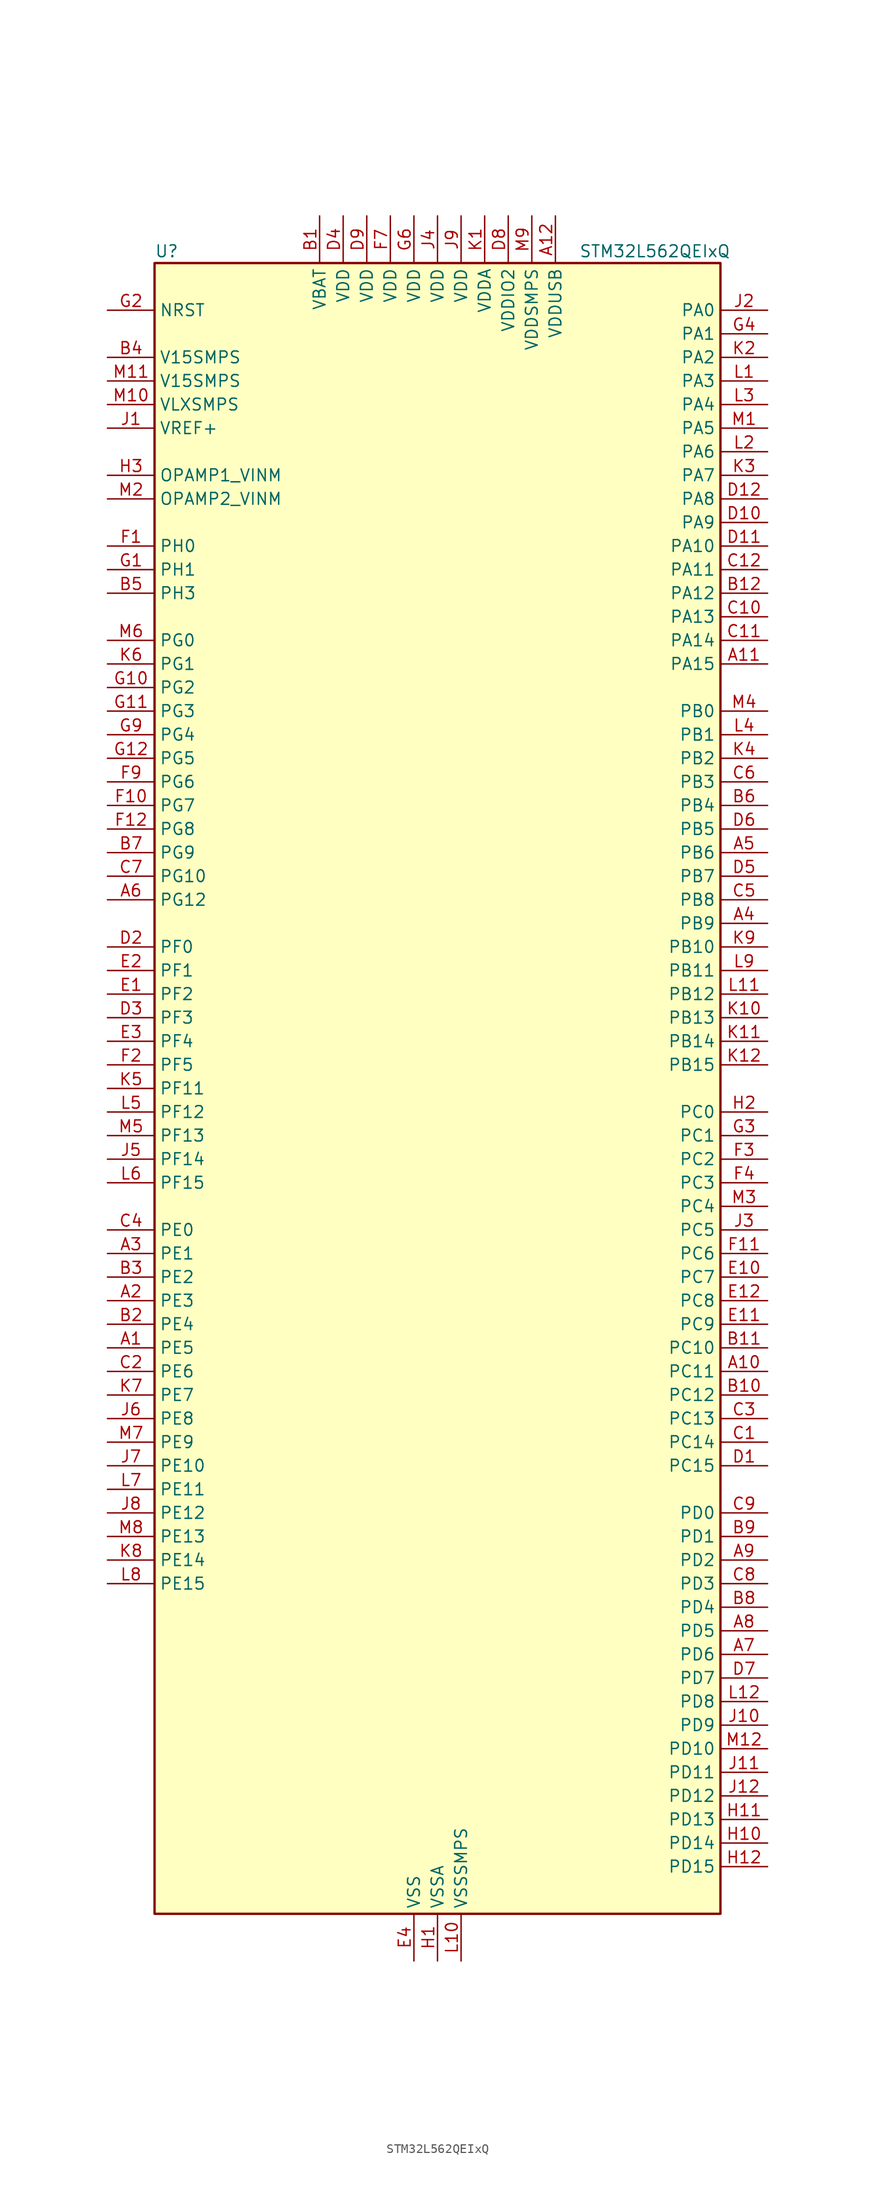
<source format=kicad_sym>
(kicad_symbol_lib
  (version 20241209)
  (generator "kicad_symbol_editor")
  (generator_version "9.0")
  (symbol "STM32L562QEIxQ"
    (property "Reference" "U"
      (at -30.48 90.17 0)
      (effects (font (size 1.27 1.27)) (justify left)))
    (property "Value" "STM32L562QEIxQ"
      (at 15.24 90.17 0)
      (effects (font (size 1.27 1.27)) (justify left)))
    (symbol "STM32L562QEIxQ_0_1"
      (rectangle (start -30.48 -88.9) (end 30.48 88.9) (stroke (width 0.254) (type default)) (fill (type background))))
    (symbol "STM32L562QEIxQ_1_1"
      (pin input line (at -35.56 83.82 0) (length 5.08) (name "NRST" (effects (font (size 1.27 1.27)))) (number "G2" (effects (font (size 1.27 1.27)))))
      (pin power_in line (at -35.56 78.74 0) (length 5.08) (name "V15SMPS" (effects (font (size 1.27 1.27)))) (number "B4" (effects (font (size 1.27 1.27)))))
      (pin power_in line (at -35.56 76.2 0) (length 5.08) (name "V15SMPS" (effects (font (size 1.27 1.27)))) (number "M11" (effects (font (size 1.27 1.27)))))
      (pin power_in line (at -35.56 73.66 0) (length 5.08) (name "VLXSMPS" (effects (font (size 1.27 1.27)))) (number "M10" (effects (font (size 1.27 1.27)))))
      (pin input line (at -35.56 71.12 0) (length 5.08) (name "VREF+" (effects (font (size 1.27 1.27)))) (number "J1" (effects (font (size 1.27 1.27)))) (alternate "VREFBUF_OUT" bidirectional line))
      (pin bidirectional line (at -35.56 66.04 0) (length 5.08) (name "OPAMP1_VINM" (effects (font (size 1.27 1.27)))) (number "H3" (effects (font (size 1.27 1.27)))) (alternate "OPAMP1_VINM" bidirectional line))
      (pin bidirectional line (at -35.56 63.5 0) (length 5.08) (name "OPAMP2_VINM" (effects (font (size 1.27 1.27)))) (number "M2" (effects (font (size 1.27 1.27)))) (alternate "OPAMP2_VINM" bidirectional line))
      (pin bidirectional line (at -35.56 58.42 0) (length 5.08) (name "PH0" (effects (font (size 1.27 1.27)))) (number "F1" (effects (font (size 1.27 1.27)))) (alternate "RCC_OSC_IN" bidirectional line))
      (pin bidirectional line (at -35.56 55.88 0) (length 5.08) (name "PH1" (effects (font (size 1.27 1.27)))) (number "G1" (effects (font (size 1.27 1.27)))) (alternate "RCC_OSC_OUT" bidirectional line))
      (pin bidirectional line (at -35.56 53.34 0) (length 5.08) (name "PH3" (effects (font (size 1.27 1.27)))) (number "B5" (effects (font (size 1.27 1.27)))))
      (pin bidirectional line (at -35.56 48.26 0) (length 5.08) (name "PG0" (effects (font (size 1.27 1.27)))) (number "M6" (effects (font (size 1.27 1.27)))) (alternate "FMC_A10" bidirectional line) (alternate "TSC_G8_IO3" bidirectional line))
      (pin bidirectional line (at -35.56 45.72 0) (length 5.08) (name "PG1" (effects (font (size 1.27 1.27)))) (number "K6" (effects (font (size 1.27 1.27)))) (alternate "FMC_A11" bidirectional line) (alternate "TSC_G8_IO4" bidirectional line))
      (pin bidirectional line (at -35.56 43.18 0) (length 5.08) (name "PG2" (effects (font (size 1.27 1.27)))) (number "G10" (effects (font (size 1.27 1.27)))) (alternate "FMC_A12" bidirectional line) (alternate "SAI2_SCK_B" bidirectional line) (alternate "SPI1_SCK" bidirectional line))
      (pin bidirectional line (at -35.56 40.64 0) (length 5.08) (name "PG3" (effects (font (size 1.27 1.27)))) (number "G11" (effects (font (size 1.27 1.27)))) (alternate "FMC_A13" bidirectional line) (alternate "SAI2_FS_B" bidirectional line) (alternate "SPI1_MISO" bidirectional line))
      (pin bidirectional line (at -35.56 38.1 0) (length 5.08) (name "PG4" (effects (font (size 1.27 1.27)))) (number "G9" (effects (font (size 1.27 1.27)))) (alternate "FMC_A14" bidirectional line) (alternate "SAI2_MCLK_B" bidirectional line) (alternate "SPI1_MOSI" bidirectional line))
      (pin bidirectional line (at -35.56 35.56 0) (length 5.08) (name "PG5" (effects (font (size 1.27 1.27)))) (number "G12" (effects (font (size 1.27 1.27)))) (alternate "FMC_A15" bidirectional line) (alternate "LPUART1_CTS" bidirectional line) (alternate "SAI2_SD_B" bidirectional line) (alternate "SPI1_NSS" bidirectional line))
      (pin bidirectional line (at -35.56 33.02 0) (length 5.08) (name "PG6" (effects (font (size 1.27 1.27)))) (number "F9" (effects (font (size 1.27 1.27)))) (alternate "I2C3_SMBA" bidirectional line) (alternate "LPUART1_DE" bidirectional line) (alternate "LPUART1_RTS" bidirectional line) (alternate "OCTOSPI1_DQS" bidirectional line) (alternate "UCPD1_FRSTX1" bidirectional line))
      (pin bidirectional line (at -35.56 30.48 0) (length 5.08) (name "PG7" (effects (font (size 1.27 1.27)))) (number "F10" (effects (font (size 1.27 1.27)))) (alternate "DFSDM1_CKOUT" bidirectional line) (alternate "FMC_INT" bidirectional line) (alternate "I2C3_SCL" bidirectional line) (alternate "LPUART1_TX" bidirectional line) (alternate "SAI1_CK1" bidirectional line) (alternate "SAI1_MCLK_A" bidirectional line) (alternate "UCPD1_FRSTX2" bidirectional line))
      (pin bidirectional line (at -35.56 27.94 0) (length 5.08) (name "PG8" (effects (font (size 1.27 1.27)))) (number "F12" (effects (font (size 1.27 1.27)))) (alternate "I2C3_SDA" bidirectional line) (alternate "LPUART1_RX" bidirectional line))
      (pin bidirectional line (at -35.56 25.4 0) (length 5.08) (name "PG9" (effects (font (size 1.27 1.27)))) (number "B7" (effects (font (size 1.27 1.27)))) (alternate "DAC1_EXTI9" bidirectional line) (alternate "FMC_NCE" bidirectional line) (alternate "FMC_NE2" bidirectional line) (alternate "SAI2_SCK_A" bidirectional line) (alternate "SPI3_SCK" bidirectional line) (alternate "TIM15_CH1N" bidirectional line) (alternate "USART1_TX" bidirectional line))
      (pin bidirectional line (at -35.56 22.86 0) (length 5.08) (name "PG10" (effects (font (size 1.27 1.27)))) (number "C7" (effects (font (size 1.27 1.27)))) (alternate "FMC_NE3" bidirectional line) (alternate "LPTIM1_IN1" bidirectional line) (alternate "SAI2_FS_A" bidirectional line) (alternate "SPI3_MISO" bidirectional line) (alternate "TIM15_CH1" bidirectional line) (alternate "USART1_RX" bidirectional line))
      (pin bidirectional line (at -35.56 20.32 0) (length 5.08) (name "PG12" (effects (font (size 1.27 1.27)))) (number "A6" (effects (font (size 1.27 1.27)))) (alternate "FMC_NE4" bidirectional line) (alternate "LPTIM1_ETR" bidirectional line) (alternate "SAI2_SD_A" bidirectional line) (alternate "SPI3_NSS" bidirectional line) (alternate "USART1_DE" bidirectional line) (alternate "USART1_RTS" bidirectional line))
      (pin bidirectional line (at -35.56 15.24 0) (length 5.08) (name "PF0" (effects (font (size 1.27 1.27)))) (number "D2" (effects (font (size 1.27 1.27)))) (alternate "FMC_A0" bidirectional line) (alternate "I2C2_SDA" bidirectional line))
      (pin bidirectional line (at -35.56 12.7 0) (length 5.08) (name "PF1" (effects (font (size 1.27 1.27)))) (number "E2" (effects (font (size 1.27 1.27)))) (alternate "FMC_A1" bidirectional line) (alternate "I2C2_SCL" bidirectional line))
      (pin bidirectional line (at -35.56 10.16 0) (length 5.08) (name "PF2" (effects (font (size 1.27 1.27)))) (number "E1" (effects (font (size 1.27 1.27)))) (alternate "FMC_A2" bidirectional line) (alternate "I2C2_SMBA" bidirectional line))
      (pin bidirectional line (at -35.56 7.62 0) (length 5.08) (name "PF3" (effects (font (size 1.27 1.27)))) (number "D3" (effects (font (size 1.27 1.27)))) (alternate "FMC_A3" bidirectional line) (alternate "LPTIM3_IN1" bidirectional line))
      (pin bidirectional line (at -35.56 5.08 0) (length 5.08) (name "PF4" (effects (font (size 1.27 1.27)))) (number "E3" (effects (font (size 1.27 1.27)))) (alternate "FMC_A4" bidirectional line) (alternate "LPTIM3_ETR" bidirectional line))
      (pin bidirectional line (at -35.56 2.54 0) (length 5.08) (name "PF5" (effects (font (size 1.27 1.27)))) (number "F2" (effects (font (size 1.27 1.27)))) (alternate "FMC_A5" bidirectional line) (alternate "LPTIM3_OUT" bidirectional line))
      (pin bidirectional line (at -35.56 0 0) (length 5.08) (name "PF11" (effects (font (size 1.27 1.27)))) (number "K5" (effects (font (size 1.27 1.27)))) (alternate "ADC1_EXTI11" bidirectional line) (alternate "ADC2_EXTI11" bidirectional line) (alternate "OCTOSPI1_NCLK" bidirectional line))
      (pin bidirectional line (at -35.56 -2.54 0) (length 5.08) (name "PF12" (effects (font (size 1.27 1.27)))) (number "L5" (effects (font (size 1.27 1.27)))) (alternate "FMC_A6" bidirectional line))
      (pin bidirectional line (at -35.56 -5.08 0) (length 5.08) (name "PF13" (effects (font (size 1.27 1.27)))) (number "M5" (effects (font (size 1.27 1.27)))) (alternate "FMC_A7" bidirectional line) (alternate "I2C4_SMBA" bidirectional line))
      (pin bidirectional line (at -35.56 -7.62 0) (length 5.08) (name "PF14" (effects (font (size 1.27 1.27)))) (number "J5" (effects (font (size 1.27 1.27)))) (alternate "FMC_A8" bidirectional line) (alternate "I2C4_SCL" bidirectional line) (alternate "TSC_G8_IO1" bidirectional line))
      (pin bidirectional line (at -35.56 -10.16 0) (length 5.08) (name "PF15" (effects (font (size 1.27 1.27)))) (number "L6" (effects (font (size 1.27 1.27)))) (alternate "ADC1_EXTI15" bidirectional line) (alternate "ADC2_EXTI15" bidirectional line) (alternate "FMC_A9" bidirectional line) (alternate "I2C4_SDA" bidirectional line) (alternate "TSC_G8_IO2" bidirectional line))
      (pin bidirectional line (at -35.56 -15.24 0) (length 5.08) (name "PE0" (effects (font (size 1.27 1.27)))) (number "C4" (effects (font (size 1.27 1.27)))) (alternate "FMC_NBL0" bidirectional line) (alternate "TIM16_CH1" bidirectional line) (alternate "TIM4_ETR" bidirectional line))
      (pin bidirectional line (at -35.56 -17.78 0) (length 5.08) (name "PE1" (effects (font (size 1.27 1.27)))) (number "A3" (effects (font (size 1.27 1.27)))) (alternate "FMC_NBL1" bidirectional line) (alternate "TIM17_CH1" bidirectional line))
      (pin bidirectional line (at -35.56 -20.32 0) (length 5.08) (name "PE2" (effects (font (size 1.27 1.27)))) (number "B3" (effects (font (size 1.27 1.27)))) (alternate "DEBUG_TRACECLK" bidirectional line) (alternate "FMC_A23" bidirectional line) (alternate "SAI1_CK1" bidirectional line) (alternate "SAI1_MCLK_A" bidirectional line) (alternate "TIM3_ETR" bidirectional line) (alternate "TSC_G7_IO1" bidirectional line))
      (pin bidirectional line (at -35.56 -22.86 0) (length 5.08) (name "PE3" (effects (font (size 1.27 1.27)))) (number "A2" (effects (font (size 1.27 1.27)))) (alternate "DEBUG_TRACED0" bidirectional line) (alternate "FMC_A19" bidirectional line) (alternate "OCTOSPI1_DQS" bidirectional line) (alternate "SAI1_SD_B" bidirectional line) (alternate "TIM3_CH1" bidirectional line) (alternate "TSC_G7_IO2" bidirectional line))
      (pin bidirectional line (at -35.56 -25.4 0) (length 5.08) (name "PE4" (effects (font (size 1.27 1.27)))) (number "B2" (effects (font (size 1.27 1.27)))) (alternate "DEBUG_TRACED1" bidirectional line) (alternate "DFSDM1_DATIN3" bidirectional line) (alternate "FMC_A20" bidirectional line) (alternate "SAI1_D2" bidirectional line) (alternate "SAI1_FS_A" bidirectional line) (alternate "TIM3_CH2" bidirectional line) (alternate "TSC_G7_IO3" bidirectional line))
      (pin bidirectional line (at -35.56 -27.94 0) (length 5.08) (name "PE5" (effects (font (size 1.27 1.27)))) (number "A1" (effects (font (size 1.27 1.27)))) (alternate "DEBUG_TRACED2" bidirectional line) (alternate "DFSDM1_CKIN3" bidirectional line) (alternate "FMC_A21" bidirectional line) (alternate "SAI1_CK2" bidirectional line) (alternate "SAI1_SCK_A" bidirectional line) (alternate "TIM3_CH3" bidirectional line) (alternate "TSC_G7_IO4" bidirectional line))
      (pin bidirectional line (at -35.56 -30.48 0) (length 5.08) (name "PE6" (effects (font (size 1.27 1.27)))) (number "C2" (effects (font (size 1.27 1.27)))) (alternate "DEBUG_TRACED3" bidirectional line) (alternate "FMC_A22" bidirectional line) (alternate "PWR_WKUP3" bidirectional line) (alternate "SAI1_D1" bidirectional line) (alternate "SAI1_SD_A" bidirectional line) (alternate "TAMP_IN3" bidirectional line) (alternate "TAMP_OUT6" bidirectional line) (alternate "TIM3_CH4" bidirectional line))
      (pin bidirectional line (at -35.56 -33.02 0) (length 5.08) (name "PE7" (effects (font (size 1.27 1.27)))) (number "K7" (effects (font (size 1.27 1.27)))) (alternate "DFSDM1_DATIN2" bidirectional line) (alternate "FMC_D4" bidirectional line) (alternate "FMC_DA4" bidirectional line) (alternate "SAI1_SD_B" bidirectional line) (alternate "TIM1_ETR" bidirectional line))
      (pin bidirectional line (at -35.56 -35.56 0) (length 5.08) (name "PE8" (effects (font (size 1.27 1.27)))) (number "J6" (effects (font (size 1.27 1.27)))) (alternate "DFSDM1_CKIN2" bidirectional line) (alternate "FMC_D5" bidirectional line) (alternate "FMC_DA5" bidirectional line) (alternate "SAI1_SCK_B" bidirectional line) (alternate "TIM1_CH1N" bidirectional line))
      (pin bidirectional line (at -35.56 -38.1 0) (length 5.08) (name "PE9" (effects (font (size 1.27 1.27)))) (number "M7" (effects (font (size 1.27 1.27)))) (alternate "DAC1_EXTI9" bidirectional line) (alternate "DFSDM1_CKOUT" bidirectional line) (alternate "FMC_D6" bidirectional line) (alternate "FMC_DA6" bidirectional line) (alternate "OCTOSPI1_NCLK" bidirectional line) (alternate "SAI1_FS_B" bidirectional line) (alternate "TIM1_CH1" bidirectional line))
      (pin bidirectional line (at -35.56 -40.64 0) (length 5.08) (name "PE10" (effects (font (size 1.27 1.27)))) (number "J7" (effects (font (size 1.27 1.27)))) (alternate "FMC_D7" bidirectional line) (alternate "FMC_DA7" bidirectional line) (alternate "OCTOSPI1_CLK" bidirectional line) (alternate "SAI1_MCLK_B" bidirectional line) (alternate "TIM1_CH2N" bidirectional line) (alternate "TSC_G5_IO1" bidirectional line))
      (pin bidirectional line (at -35.56 -43.18 0) (length 5.08) (name "PE11" (effects (font (size 1.27 1.27)))) (number "L7" (effects (font (size 1.27 1.27)))) (alternate "ADC1_EXTI11" bidirectional line) (alternate "ADC2_EXTI11" bidirectional line) (alternate "FMC_D8" bidirectional line) (alternate "FMC_DA8" bidirectional line) (alternate "OCTOSPI1_NCS" bidirectional line) (alternate "TIM1_CH2" bidirectional line) (alternate "TSC_G5_IO2" bidirectional line))
      (pin bidirectional line (at -35.56 -45.72 0) (length 5.08) (name "PE12" (effects (font (size 1.27 1.27)))) (number "J8" (effects (font (size 1.27 1.27)))) (alternate "FMC_D9" bidirectional line) (alternate "FMC_DA9" bidirectional line) (alternate "OCTOSPI1_IO0" bidirectional line) (alternate "SPI1_NSS" bidirectional line) (alternate "TIM1_CH3N" bidirectional line) (alternate "TSC_G5_IO3" bidirectional line))
      (pin bidirectional line (at -35.56 -48.26 0) (length 5.08) (name "PE13" (effects (font (size 1.27 1.27)))) (number "M8" (effects (font (size 1.27 1.27)))) (alternate "FMC_D10" bidirectional line) (alternate "FMC_DA10" bidirectional line) (alternate "OCTOSPI1_IO1" bidirectional line) (alternate "SPI1_SCK" bidirectional line) (alternate "TIM1_CH3" bidirectional line) (alternate "TSC_G5_IO4" bidirectional line))
      (pin bidirectional line (at -35.56 -50.8 0) (length 5.08) (name "PE14" (effects (font (size 1.27 1.27)))) (number "K8" (effects (font (size 1.27 1.27)))) (alternate "FMC_D11" bidirectional line) (alternate "FMC_DA11" bidirectional line) (alternate "OCTOSPI1_IO2" bidirectional line) (alternate "SPI1_MISO" bidirectional line) (alternate "TIM1_BKIN2" bidirectional line) (alternate "TIM1_CH4" bidirectional line))
      (pin bidirectional line (at -35.56 -53.34 0) (length 5.08) (name "PE15" (effects (font (size 1.27 1.27)))) (number "L8" (effects (font (size 1.27 1.27)))) (alternate "ADC1_EXTI15" bidirectional line) (alternate "ADC2_EXTI15" bidirectional line) (alternate "FMC_D12" bidirectional line) (alternate "FMC_DA12" bidirectional line) (alternate "OCTOSPI1_IO3" bidirectional line) (alternate "SPI1_MOSI" bidirectional line) (alternate "TIM1_BKIN" bidirectional line))
      (pin power_in line (at -12.7 93.98 270) (length 5.08) (name "VBAT" (effects (font (size 1.27 1.27)))) (number "B1" (effects (font (size 1.27 1.27)))))
      (pin power_in line (at -10.16 93.98 270) (length 5.08) (name "VDD" (effects (font (size 1.27 1.27)))) (number "D4" (effects (font (size 1.27 1.27)))))
      (pin power_in line (at -7.62 93.98 270) (length 5.08) (name "VDD" (effects (font (size 1.27 1.27)))) (number "D9" (effects (font (size 1.27 1.27)))))
      (pin power_in line (at -5.08 93.98 270) (length 5.08) (name "VDD" (effects (font (size 1.27 1.27)))) (number "F7" (effects (font (size 1.27 1.27)))))
      (pin power_in line (at -2.54 93.98 270) (length 5.08) (name "VDD" (effects (font (size 1.27 1.27)))) (number "G6" (effects (font (size 1.27 1.27)))))
      (pin power_in line (at -2.54 -93.98 90) (length 5.08) (name "VSS" (effects (font (size 1.27 1.27)))) (number "E4" (effects (font (size 1.27 1.27)))))
      (pin passive line (at -2.54 -93.98 90) (length 5.08) (hide yes) (name "VSS" (effects (font (size 1.27 1.27)))) (number "E9" (effects (font (size 1.27 1.27)))))
      (pin passive line (at -2.54 -93.98 90) (length 5.08) (hide yes) (name "VSS" (effects (font (size 1.27 1.27)))) (number "F6" (effects (font (size 1.27 1.27)))))
      (pin passive line (at -2.54 -93.98 90) (length 5.08) (hide yes) (name "VSS" (effects (font (size 1.27 1.27)))) (number "G7" (effects (font (size 1.27 1.27)))))
      (pin passive line (at -2.54 -93.98 90) (length 5.08) (hide yes) (name "VSS" (effects (font (size 1.27 1.27)))) (number "H4" (effects (font (size 1.27 1.27)))))
      (pin passive line (at -2.54 -93.98 90) (length 5.08) (hide yes) (name "VSS" (effects (font (size 1.27 1.27)))) (number "H9" (effects (font (size 1.27 1.27)))))
      (pin power_in line (at 0 93.98 270) (length 5.08) (name "VDD" (effects (font (size 1.27 1.27)))) (number "J4" (effects (font (size 1.27 1.27)))))
      (pin power_in line (at 0 -93.98 90) (length 5.08) (name "VSSA" (effects (font (size 1.27 1.27)))) (number "H1" (effects (font (size 1.27 1.27)))))
      (pin power_in line (at 2.54 93.98 270) (length 5.08) (name "VDD" (effects (font (size 1.27 1.27)))) (number "J9" (effects (font (size 1.27 1.27)))))
      (pin power_in line (at 2.54 -93.98 90) (length 5.08) (name "VSSSMPS" (effects (font (size 1.27 1.27)))) (number "L10" (effects (font (size 1.27 1.27)))))
      (pin power_in line (at 5.08 93.98 270) (length 5.08) (name "VDDA" (effects (font (size 1.27 1.27)))) (number "K1" (effects (font (size 1.27 1.27)))))
      (pin power_in line (at 7.62 93.98 270) (length 5.08) (name "VDDIO2" (effects (font (size 1.27 1.27)))) (number "D8" (effects (font (size 1.27 1.27)))))
      (pin power_in line (at 10.16 93.98 270) (length 5.08) (name "VDDSMPS" (effects (font (size 1.27 1.27)))) (number "M9" (effects (font (size 1.27 1.27)))))
      (pin power_in line (at 12.7 93.98 270) (length 5.08) (name "VDDUSB" (effects (font (size 1.27 1.27)))) (number "A12" (effects (font (size 1.27 1.27)))))
      (pin bidirectional line (at 35.56 83.82 180) (length 5.08) (name "PA0" (effects (font (size 1.27 1.27)))) (number "J2" (effects (font (size 1.27 1.27)))) (alternate "ADC1_IN5" bidirectional line) (alternate "ADC2_IN5" bidirectional line) (alternate "OPAMP1_VINP" bidirectional line) (alternate "PWR_WKUP1" bidirectional line) (alternate "SAI1_EXTCLK" bidirectional line) (alternate "TAMP_IN2" bidirectional line) (alternate "TAMP_OUT1" bidirectional line) (alternate "TIM2_CH1" bidirectional line) (alternate "TIM2_ETR" bidirectional line) (alternate "TIM5_CH1" bidirectional line) (alternate "TIM8_ETR" bidirectional line) (alternate "UART4_TX" bidirectional line) (alternate "USART2_CTS" bidirectional line) (alternate "USART2_NSS" bidirectional line))
      (pin bidirectional line (at 35.56 81.28 180) (length 5.08) (name "PA1" (effects (font (size 1.27 1.27)))) (number "G4" (effects (font (size 1.27 1.27)))) (alternate "ADC1_IN6" bidirectional line) (alternate "ADC2_IN6" bidirectional line) (alternate "I2C1_SMBA" bidirectional line) (alternate "OCTOSPI1_DQS" bidirectional line) (alternate "OPAMP1_VINM" bidirectional line) (alternate "SPI1_SCK" bidirectional line) (alternate "TAMP_IN5" bidirectional line) (alternate "TAMP_OUT4" bidirectional line) (alternate "TIM15_CH1N" bidirectional line) (alternate "TIM2_CH2" bidirectional line) (alternate "TIM5_CH2" bidirectional line) (alternate "UART4_RX" bidirectional line) (alternate "USART2_DE" bidirectional line) (alternate "USART2_RTS" bidirectional line))
      (pin bidirectional line (at 35.56 78.74 180) (length 5.08) (name "PA2" (effects (font (size 1.27 1.27)))) (number "K2" (effects (font (size 1.27 1.27)))) (alternate "ADC1_IN7" bidirectional line) (alternate "ADC2_IN7" bidirectional line) (alternate "COMP1_INP" bidirectional line) (alternate "LPUART1_TX" bidirectional line) (alternate "OCTOSPI1_NCS" bidirectional line) (alternate "PWR_WKUP4" bidirectional line) (alternate "RCC_LSCO" bidirectional line) (alternate "SAI2_EXTCLK" bidirectional line) (alternate "TIM15_CH1" bidirectional line) (alternate "TIM2_CH3" bidirectional line) (alternate "TIM5_CH3" bidirectional line) (alternate "UCPD1_FRSTX1" bidirectional line) (alternate "USART2_TX" bidirectional line))
      (pin bidirectional line (at 35.56 76.2 180) (length 5.08) (name "PA3" (effects (font (size 1.27 1.27)))) (number "L1" (effects (font (size 1.27 1.27)))) (alternate "ADC1_IN8" bidirectional line) (alternate "ADC2_IN8" bidirectional line) (alternate "LPUART1_RX" bidirectional line) (alternate "OCTOSPI1_CLK" bidirectional line) (alternate "OPAMP1_VOUT" bidirectional line) (alternate "SAI1_CK1" bidirectional line) (alternate "SAI1_MCLK_A" bidirectional line) (alternate "TIM15_CH2" bidirectional line) (alternate "TIM2_CH4" bidirectional line) (alternate "TIM5_CH4" bidirectional line) (alternate "USART2_RX" bidirectional line))
      (pin bidirectional line (at 35.56 73.66 180) (length 5.08) (name "PA4" (effects (font (size 1.27 1.27)))) (number "L3" (effects (font (size 1.27 1.27)))) (alternate "ADC1_IN9" bidirectional line) (alternate "ADC2_IN9" bidirectional line) (alternate "DAC1_OUT1" bidirectional line) (alternate "LPTIM2_OUT" bidirectional line) (alternate "OCTOSPI1_NCS" bidirectional line) (alternate "SAI1_FS_B" bidirectional line) (alternate "SPI1_NSS" bidirectional line) (alternate "SPI3_NSS" bidirectional line) (alternate "USART2_CK" bidirectional line))
      (pin bidirectional line (at 35.56 71.12 180) (length 5.08) (name "PA5" (effects (font (size 1.27 1.27)))) (number "M1" (effects (font (size 1.27 1.27)))) (alternate "ADC1_IN10" bidirectional line) (alternate "ADC2_IN10" bidirectional line) (alternate "DAC1_OUT2" bidirectional line) (alternate "LPTIM2_ETR" bidirectional line) (alternate "SPI1_SCK" bidirectional line) (alternate "TIM2_CH1" bidirectional line) (alternate "TIM2_ETR" bidirectional line) (alternate "TIM8_CH1N" bidirectional line))
      (pin bidirectional line (at 35.56 68.58 180) (length 5.08) (name "PA6" (effects (font (size 1.27 1.27)))) (number "L2" (effects (font (size 1.27 1.27)))) (alternate "ADC1_IN11" bidirectional line) (alternate "ADC2_IN11" bidirectional line) (alternate "LPUART1_CTS" bidirectional line) (alternate "OCTOSPI1_IO3" bidirectional line) (alternate "OPAMP2_VINP" bidirectional line) (alternate "SPI1_MISO" bidirectional line) (alternate "TIM16_CH1" bidirectional line) (alternate "TIM1_BKIN" bidirectional line) (alternate "TIM3_CH1" bidirectional line) (alternate "TIM8_BKIN" bidirectional line) (alternate "USART3_CTS" bidirectional line) (alternate "USART3_NSS" bidirectional line))
      (pin bidirectional line (at 35.56 66.04 180) (length 5.08) (name "PA7" (effects (font (size 1.27 1.27)))) (number "K3" (effects (font (size 1.27 1.27)))) (alternate "ADC1_IN12" bidirectional line) (alternate "ADC2_IN12" bidirectional line) (alternate "I2C3_SCL" bidirectional line) (alternate "OCTOSPI1_IO2" bidirectional line) (alternate "OPAMP2_VINM" bidirectional line) (alternate "SPI1_MOSI" bidirectional line) (alternate "TIM17_CH1" bidirectional line) (alternate "TIM1_CH1N" bidirectional line) (alternate "TIM3_CH2" bidirectional line) (alternate "TIM8_CH1N" bidirectional line))
      (pin bidirectional line (at 35.56 63.5 180) (length 5.08) (name "PA8" (effects (font (size 1.27 1.27)))) (number "D12" (effects (font (size 1.27 1.27)))) (alternate "LPTIM2_OUT" bidirectional line) (alternate "RCC_MCO" bidirectional line) (alternate "SAI1_CK2" bidirectional line) (alternate "SAI1_SCK_A" bidirectional line) (alternate "TIM1_CH1" bidirectional line) (alternate "USART1_CK" bidirectional line))
      (pin bidirectional line (at 35.56 60.96 180) (length 5.08) (name "PA9" (effects (font (size 1.27 1.27)))) (number "D10" (effects (font (size 1.27 1.27)))) (alternate "DAC1_EXTI9" bidirectional line) (alternate "SAI1_FS_A" bidirectional line) (alternate "SPI2_SCK" bidirectional line) (alternate "TIM15_BKIN" bidirectional line) (alternate "TIM1_CH2" bidirectional line) (alternate "USART1_TX" bidirectional line))
      (pin bidirectional line (at 35.56 58.42 180) (length 5.08) (name "PA10" (effects (font (size 1.27 1.27)))) (number "D11" (effects (font (size 1.27 1.27)))) (alternate "CRS_SYNC" bidirectional line) (alternate "SAI1_D1" bidirectional line) (alternate "SAI1_SD_A" bidirectional line) (alternate "TIM17_BKIN" bidirectional line) (alternate "TIM1_CH3" bidirectional line) (alternate "USART1_RX" bidirectional line))
      (pin bidirectional line (at 35.56 55.88 180) (length 5.08) (name "PA11" (effects (font (size 1.27 1.27)))) (number "C12" (effects (font (size 1.27 1.27)))) (alternate "ADC1_EXTI11" bidirectional line) (alternate "ADC2_EXTI11" bidirectional line) (alternate "FDCAN1_RX" bidirectional line) (alternate "SPI1_MISO" bidirectional line) (alternate "TIM1_BKIN2" bidirectional line) (alternate "TIM1_CH4" bidirectional line) (alternate "USART1_CTS" bidirectional line) (alternate "USART1_NSS" bidirectional line) (alternate "USB_DM" bidirectional line))
      (pin bidirectional line (at 35.56 53.34 180) (length 5.08) (name "PA12" (effects (font (size 1.27 1.27)))) (number "B12" (effects (font (size 1.27 1.27)))) (alternate "FDCAN1_TX" bidirectional line) (alternate "SPI1_MOSI" bidirectional line) (alternate "TIM1_ETR" bidirectional line) (alternate "USART1_DE" bidirectional line) (alternate "USART1_RTS" bidirectional line) (alternate "USB_DP" bidirectional line))
      (pin bidirectional line (at 35.56 50.8 180) (length 5.08) (name "PA13" (effects (font (size 1.27 1.27)))) (number "C10" (effects (font (size 1.27 1.27)))) (alternate "DEBUG_JTMS-SWDIO" bidirectional line) (alternate "IR_OUT" bidirectional line) (alternate "SAI1_SD_B" bidirectional line) (alternate "USB_NOE" bidirectional line))
      (pin bidirectional line (at 35.56 48.26 180) (length 5.08) (name "PA14" (effects (font (size 1.27 1.27)))) (number "C11" (effects (font (size 1.27 1.27)))) (alternate "DEBUG_JTCK-SWCLK" bidirectional line) (alternate "I2C1_SMBA" bidirectional line) (alternate "I2C4_SMBA" bidirectional line) (alternate "LPTIM1_OUT" bidirectional line) (alternate "SAI1_FS_B" bidirectional line))
      (pin bidirectional line (at 35.56 45.72 180) (length 5.08) (name "PA15" (effects (font (size 1.27 1.27)))) (number "A11" (effects (font (size 1.27 1.27)))) (alternate "ADC1_EXTI15" bidirectional line) (alternate "ADC2_EXTI15" bidirectional line) (alternate "DEBUG_JTDI" bidirectional line) (alternate "SAI2_FS_B" bidirectional line) (alternate "SPI1_NSS" bidirectional line) (alternate "SPI3_NSS" bidirectional line) (alternate "TIM2_CH1" bidirectional line) (alternate "TIM2_ETR" bidirectional line) (alternate "UART4_DE" bidirectional line) (alternate "UART4_RTS" bidirectional line) (alternate "UCPD1_CC1" bidirectional line) (alternate "USART2_RX" bidirectional line) (alternate "USART3_DE" bidirectional line) (alternate "USART3_RTS" bidirectional line))
      (pin bidirectional line (at 35.56 40.64 180) (length 5.08) (name "PB0" (effects (font (size 1.27 1.27)))) (number "M4" (effects (font (size 1.27 1.27)))) (alternate "ADC1_IN15" bidirectional line) (alternate "ADC2_IN15" bidirectional line) (alternate "COMP1_OUT" bidirectional line) (alternate "OCTOSPI1_IO1" bidirectional line) (alternate "OPAMP2_VOUT" bidirectional line) (alternate "SAI1_EXTCLK" bidirectional line) (alternate "SPI1_NSS" bidirectional line) (alternate "TIM1_CH2N" bidirectional line) (alternate "TIM3_CH3" bidirectional line) (alternate "TIM8_CH2N" bidirectional line) (alternate "USART3_CK" bidirectional line))
      (pin bidirectional line (at 35.56 38.1 180) (length 5.08) (name "PB1" (effects (font (size 1.27 1.27)))) (number "L4" (effects (font (size 1.27 1.27)))) (alternate "ADC1_IN16" bidirectional line) (alternate "ADC2_IN16" bidirectional line) (alternate "COMP1_INM" bidirectional line) (alternate "DFSDM1_DATIN0" bidirectional line) (alternate "LPTIM2_IN1" bidirectional line) (alternate "LPUART1_DE" bidirectional line) (alternate "LPUART1_RTS" bidirectional line) (alternate "OCTOSPI1_IO0" bidirectional line) (alternate "TIM1_CH3N" bidirectional line) (alternate "TIM3_CH4" bidirectional line) (alternate "TIM8_CH3N" bidirectional line) (alternate "USART3_DE" bidirectional line) (alternate "USART3_RTS" bidirectional line))
      (pin bidirectional line (at 35.56 35.56 180) (length 5.08) (name "PB2" (effects (font (size 1.27 1.27)))) (number "K4" (effects (font (size 1.27 1.27)))) (alternate "COMP1_INP" bidirectional line) (alternate "DFSDM1_CKIN0" bidirectional line) (alternate "I2C3_SMBA" bidirectional line) (alternate "LPTIM1_OUT" bidirectional line) (alternate "OCTOSPI1_DQS" bidirectional line) (alternate "RTC_OUT2" bidirectional line) (alternate "UCPD1_FRSTX1" bidirectional line))
      (pin bidirectional line (at 35.56 33.02 180) (length 5.08) (name "PB3" (effects (font (size 1.27 1.27)))) (number "C6" (effects (font (size 1.27 1.27)))) (alternate "COMP2_INM" bidirectional line) (alternate "CRS_SYNC" bidirectional line) (alternate "DEBUG_JTDO-SWO" bidirectional line) (alternate "SAI1_SCK_B" bidirectional line) (alternate "SPI1_SCK" bidirectional line) (alternate "SPI3_SCK" bidirectional line) (alternate "TIM2_CH2" bidirectional line) (alternate "USART1_DE" bidirectional line) (alternate "USART1_RTS" bidirectional line))
      (pin bidirectional line (at 35.56 30.48 180) (length 5.08) (name "PB4" (effects (font (size 1.27 1.27)))) (number "B6" (effects (font (size 1.27 1.27)))) (alternate "COMP2_INP" bidirectional line) (alternate "DEBUG_JTRST" bidirectional line) (alternate "I2C3_SDA" bidirectional line) (alternate "SAI1_MCLK_B" bidirectional line) (alternate "SPI1_MISO" bidirectional line) (alternate "SPI3_MISO" bidirectional line) (alternate "TIM17_BKIN" bidirectional line) (alternate "TIM3_CH1" bidirectional line) (alternate "TSC_G2_IO1" bidirectional line) (alternate "UART5_DE" bidirectional line) (alternate "UART5_RTS" bidirectional line) (alternate "USART1_CTS" bidirectional line) (alternate "USART1_NSS" bidirectional line))
      (pin bidirectional line (at 35.56 27.94 180) (length 5.08) (name "PB5" (effects (font (size 1.27 1.27)))) (number "D6" (effects (font (size 1.27 1.27)))) (alternate "COMP2_OUT" bidirectional line) (alternate "I2C1_SMBA" bidirectional line) (alternate "LPTIM1_IN1" bidirectional line) (alternate "OCTOSPI1_NCLK" bidirectional line) (alternate "SAI1_SD_B" bidirectional line) (alternate "SPI1_MOSI" bidirectional line) (alternate "SPI3_MOSI" bidirectional line) (alternate "TIM16_BKIN" bidirectional line) (alternate "TIM3_CH2" bidirectional line) (alternate "TSC_G2_IO2" bidirectional line) (alternate "UART5_CTS" bidirectional line) (alternate "UCPD1_DBCC1" bidirectional line) (alternate "USART1_CK" bidirectional line))
      (pin bidirectional line (at 35.56 25.4 180) (length 5.08) (name "PB6" (effects (font (size 1.27 1.27)))) (number "A5" (effects (font (size 1.27 1.27)))) (alternate "COMP2_INP" bidirectional line) (alternate "I2C1_SCL" bidirectional line) (alternate "I2C4_SCL" bidirectional line) (alternate "LPTIM1_ETR" bidirectional line) (alternate "SAI1_FS_B" bidirectional line) (alternate "TIM16_CH1N" bidirectional line) (alternate "TIM4_CH1" bidirectional line) (alternate "TIM8_BKIN2" bidirectional line) (alternate "TSC_G2_IO3" bidirectional line) (alternate "USART1_TX" bidirectional line))
      (pin bidirectional line (at 35.56 22.86 180) (length 5.08) (name "PB7" (effects (font (size 1.27 1.27)))) (number "D5" (effects (font (size 1.27 1.27)))) (alternate "COMP2_INM" bidirectional line) (alternate "FMC_NL" bidirectional line) (alternate "I2C1_SDA" bidirectional line) (alternate "I2C4_SDA" bidirectional line) (alternate "LPTIM1_IN2" bidirectional line) (alternate "PWR_PVD_IN" bidirectional line) (alternate "TIM17_CH1N" bidirectional line) (alternate "TIM4_CH2" bidirectional line) (alternate "TIM8_BKIN" bidirectional line) (alternate "TSC_G2_IO4" bidirectional line) (alternate "UART4_CTS" bidirectional line) (alternate "USART1_RX" bidirectional line))
      (pin bidirectional line (at 35.56 20.32 180) (length 5.08) (name "PB8" (effects (font (size 1.27 1.27)))) (number "C5" (effects (font (size 1.27 1.27)))) (alternate "DFSDM1_CKOUT" bidirectional line) (alternate "FDCAN1_RX" bidirectional line) (alternate "I2C1_SCL" bidirectional line) (alternate "SAI1_CK1" bidirectional line) (alternate "SAI1_MCLK_A" bidirectional line) (alternate "SDMMC1_CKIN" bidirectional line) (alternate "SDMMC1_D4" bidirectional line) (alternate "TIM16_CH1" bidirectional line) (alternate "TIM4_CH3" bidirectional line))
      (pin bidirectional line (at 35.56 17.78 180) (length 5.08) (name "PB9" (effects (font (size 1.27 1.27)))) (number "A4" (effects (font (size 1.27 1.27)))) (alternate "DAC1_EXTI9" bidirectional line) (alternate "FDCAN1_TX" bidirectional line) (alternate "I2C1_SDA" bidirectional line) (alternate "IR_OUT" bidirectional line) (alternate "SAI1_D2" bidirectional line) (alternate "SAI1_FS_A" bidirectional line) (alternate "SDMMC1_CDIR" bidirectional line) (alternate "SDMMC1_D5" bidirectional line) (alternate "SPI2_NSS" bidirectional line) (alternate "TIM17_CH1" bidirectional line) (alternate "TIM4_CH4" bidirectional line))
      (pin bidirectional line (at 35.56 15.24 180) (length 5.08) (name "PB10" (effects (font (size 1.27 1.27)))) (number "K9" (effects (font (size 1.27 1.27)))) (alternate "COMP1_OUT" bidirectional line) (alternate "I2C2_SCL" bidirectional line) (alternate "I2C4_SCL" bidirectional line) (alternate "LPTIM3_OUT" bidirectional line) (alternate "LPUART1_RX" bidirectional line) (alternate "OCTOSPI1_CLK" bidirectional line) (alternate "SAI1_SCK_A" bidirectional line) (alternate "SPI2_SCK" bidirectional line) (alternate "TIM2_CH3" bidirectional line) (alternate "TSC_SYNC" bidirectional line) (alternate "USART3_TX" bidirectional line))
      (pin bidirectional line (at 35.56 12.7 180) (length 5.08) (name "PB11" (effects (font (size 1.27 1.27)))) (number "L9" (effects (font (size 1.27 1.27)))) (alternate "ADC1_EXTI11" bidirectional line) (alternate "ADC2_EXTI11" bidirectional line) (alternate "COMP2_OUT" bidirectional line) (alternate "I2C2_SDA" bidirectional line) (alternate "I2C4_SDA" bidirectional line) (alternate "LPUART1_TX" bidirectional line) (alternate "OCTOSPI1_NCS" bidirectional line) (alternate "TIM2_CH4" bidirectional line) (alternate "USART3_RX" bidirectional line))
      (pin bidirectional line (at 35.56 10.16 180) (length 5.08) (name "PB12" (effects (font (size 1.27 1.27)))) (number "L11" (effects (font (size 1.27 1.27)))) (alternate "DFSDM1_DATIN1" bidirectional line) (alternate "I2C2_SMBA" bidirectional line) (alternate "LPUART1_DE" bidirectional line) (alternate "LPUART1_RTS" bidirectional line) (alternate "OCTOSPI1_NCLK" bidirectional line) (alternate "SAI2_FS_A" bidirectional line) (alternate "SPI2_NSS" bidirectional line) (alternate "TIM15_BKIN" bidirectional line) (alternate "TIM1_BKIN" bidirectional line) (alternate "TSC_G1_IO1" bidirectional line) (alternate "USART3_CK" bidirectional line))
      (pin bidirectional line (at 35.56 7.62 180) (length 5.08) (name "PB13" (effects (font (size 1.27 1.27)))) (number "K10" (effects (font (size 1.27 1.27)))) (alternate "DFSDM1_CKIN1" bidirectional line) (alternate "I2C2_SCL" bidirectional line) (alternate "LPTIM3_IN1" bidirectional line) (alternate "LPUART1_CTS" bidirectional line) (alternate "SAI2_SCK_A" bidirectional line) (alternate "SPI2_SCK" bidirectional line) (alternate "TIM15_CH1N" bidirectional line) (alternate "TIM1_CH1N" bidirectional line) (alternate "TSC_G1_IO2" bidirectional line) (alternate "UCPD1_FRSTX2" bidirectional line) (alternate "USART3_CTS" bidirectional line) (alternate "USART3_NSS" bidirectional line))
      (pin bidirectional line (at 35.56 5.08 180) (length 5.08) (name "PB14" (effects (font (size 1.27 1.27)))) (number "K11" (effects (font (size 1.27 1.27)))) (alternate "DFSDM1_DATIN2" bidirectional line) (alternate "I2C2_SDA" bidirectional line) (alternate "LPTIM3_ETR" bidirectional line) (alternate "SAI2_MCLK_A" bidirectional line) (alternate "SPI2_MISO" bidirectional line) (alternate "TIM15_CH1" bidirectional line) (alternate "TIM1_CH2N" bidirectional line) (alternate "TIM8_CH2N" bidirectional line) (alternate "TSC_G1_IO3" bidirectional line) (alternate "UCPD1_DBCC2" bidirectional line) (alternate "USART3_DE" bidirectional line) (alternate "USART3_RTS" bidirectional line))
      (pin bidirectional line (at 35.56 2.54 180) (length 5.08) (name "PB15" (effects (font (size 1.27 1.27)))) (number "K12" (effects (font (size 1.27 1.27)))) (alternate "ADC1_EXTI15" bidirectional line) (alternate "ADC2_EXTI15" bidirectional line) (alternate "DFSDM1_CKIN2" bidirectional line) (alternate "RTC_REFIN" bidirectional line) (alternate "SAI2_SD_A" bidirectional line) (alternate "SPI2_MOSI" bidirectional line) (alternate "TIM15_CH2" bidirectional line) (alternate "TIM1_CH3N" bidirectional line) (alternate "TIM8_CH3N" bidirectional line) (alternate "UCPD1_CC2" bidirectional line))
      (pin bidirectional line (at 35.56 -2.54 180) (length 5.08) (name "PC0" (effects (font (size 1.27 1.27)))) (number "H2" (effects (font (size 1.27 1.27)))) (alternate "ADC1_IN1" bidirectional line) (alternate "ADC2_IN1" bidirectional line) (alternate "I2C3_SCL" bidirectional line) (alternate "LPTIM1_IN1" bidirectional line) (alternate "LPTIM2_IN1" bidirectional line) (alternate "LPUART1_RX" bidirectional line) (alternate "OCTOSPI1_IO7" bidirectional line) (alternate "SAI2_FS_A" bidirectional line) (alternate "SDMMC1_D5" bidirectional line))
      (pin bidirectional line (at 35.56 -5.08 180) (length 5.08) (name "PC1" (effects (font (size 1.27 1.27)))) (number "G3" (effects (font (size 1.27 1.27)))) (alternate "ADC1_IN2" bidirectional line) (alternate "ADC2_IN2" bidirectional line) (alternate "DEBUG_TRACED0" bidirectional line) (alternate "I2C3_SDA" bidirectional line) (alternate "LPTIM1_OUT" bidirectional line) (alternate "LPUART1_TX" bidirectional line) (alternate "OCTOSPI1_IO4" bidirectional line) (alternate "SAI1_SD_A" bidirectional line) (alternate "SPI2_MOSI" bidirectional line))
      (pin bidirectional line (at 35.56 -7.62 180) (length 5.08) (name "PC2" (effects (font (size 1.27 1.27)))) (number "F3" (effects (font (size 1.27 1.27)))) (alternate "ADC1_IN3" bidirectional line) (alternate "ADC2_IN3" bidirectional line) (alternate "DFSDM1_CKOUT" bidirectional line) (alternate "LPTIM1_IN2" bidirectional line) (alternate "OCTOSPI1_IO5" bidirectional line) (alternate "SPI2_MISO" bidirectional line))
      (pin bidirectional line (at 35.56 -10.16 180) (length 5.08) (name "PC3" (effects (font (size 1.27 1.27)))) (number "F4" (effects (font (size 1.27 1.27)))) (alternate "ADC1_IN4" bidirectional line) (alternate "ADC2_IN4" bidirectional line) (alternate "LPTIM1_ETR" bidirectional line) (alternate "LPTIM2_ETR" bidirectional line) (alternate "LPTIM3_OUT" bidirectional line) (alternate "OCTOSPI1_IO6" bidirectional line) (alternate "SAI1_D1" bidirectional line) (alternate "SAI1_SD_A" bidirectional line) (alternate "SPI2_MOSI" bidirectional line))
      (pin bidirectional line (at 35.56 -12.7 180) (length 5.08) (name "PC4" (effects (font (size 1.27 1.27)))) (number "M3" (effects (font (size 1.27 1.27)))) (alternate "ADC1_IN13" bidirectional line) (alternate "ADC2_IN13" bidirectional line) (alternate "COMP1_INM" bidirectional line) (alternate "OCTOSPI1_IO7" bidirectional line) (alternate "USART3_TX" bidirectional line))
      (pin bidirectional line (at 35.56 -15.24 180) (length 5.08) (name "PC5" (effects (font (size 1.27 1.27)))) (number "J3" (effects (font (size 1.27 1.27)))) (alternate "ADC1_IN14" bidirectional line) (alternate "ADC2_IN14" bidirectional line) (alternate "COMP1_INP" bidirectional line) (alternate "PWR_WKUP5" bidirectional line) (alternate "SAI1_D3" bidirectional line) (alternate "TAMP_IN4" bidirectional line) (alternate "TAMP_OUT5" bidirectional line) (alternate "USART3_RX" bidirectional line))
      (pin bidirectional line (at 35.56 -17.78 180) (length 5.08) (name "PC6" (effects (font (size 1.27 1.27)))) (number "F11" (effects (font (size 1.27 1.27)))) (alternate "DFSDM1_CKIN3" bidirectional line) (alternate "SAI2_MCLK_A" bidirectional line) (alternate "SDMMC1_D0DIR" bidirectional line) (alternate "SDMMC1_D6" bidirectional line) (alternate "TIM3_CH1" bidirectional line) (alternate "TIM8_CH1" bidirectional line) (alternate "TSC_G4_IO1" bidirectional line))
      (pin bidirectional line (at 35.56 -20.32 180) (length 5.08) (name "PC7" (effects (font (size 1.27 1.27)))) (number "E10" (effects (font (size 1.27 1.27)))) (alternate "DFSDM1_DATIN3" bidirectional line) (alternate "SAI2_MCLK_B" bidirectional line) (alternate "SDMMC1_D123DIR" bidirectional line) (alternate "SDMMC1_D7" bidirectional line) (alternate "TIM3_CH2" bidirectional line) (alternate "TIM8_CH2" bidirectional line) (alternate "TSC_G4_IO2" bidirectional line))
      (pin bidirectional line (at 35.56 -22.86 180) (length 5.08) (name "PC8" (effects (font (size 1.27 1.27)))) (number "E12" (effects (font (size 1.27 1.27)))) (alternate "SDMMC1_D0" bidirectional line) (alternate "TIM3_CH3" bidirectional line) (alternate "TIM8_CH3" bidirectional line) (alternate "TSC_G4_IO3" bidirectional line))
      (pin bidirectional line (at 35.56 -25.4 180) (length 5.08) (name "PC9" (effects (font (size 1.27 1.27)))) (number "E11" (effects (font (size 1.27 1.27)))) (alternate "DAC1_EXTI9" bidirectional line) (alternate "DEBUG_TRACED0" bidirectional line) (alternate "SAI2_EXTCLK" bidirectional line) (alternate "SDMMC1_D1" bidirectional line) (alternate "TIM3_CH4" bidirectional line) (alternate "TIM8_BKIN2" bidirectional line) (alternate "TIM8_CH4" bidirectional line) (alternate "TSC_G4_IO4" bidirectional line) (alternate "USB_NOE" bidirectional line))
      (pin bidirectional line (at 35.56 -27.94 180) (length 5.08) (name "PC10" (effects (font (size 1.27 1.27)))) (number "B11" (effects (font (size 1.27 1.27)))) (alternate "DEBUG_TRACED1" bidirectional line) (alternate "LPTIM3_ETR" bidirectional line) (alternate "SAI2_SCK_B" bidirectional line) (alternate "SDMMC1_D2" bidirectional line) (alternate "SPI3_SCK" bidirectional line) (alternate "TSC_G3_IO2" bidirectional line) (alternate "UART4_TX" bidirectional line) (alternate "USART3_TX" bidirectional line))
      (pin bidirectional line (at 35.56 -30.48 180) (length 5.08) (name "PC11" (effects (font (size 1.27 1.27)))) (number "A10" (effects (font (size 1.27 1.27)))) (alternate "ADC1_EXTI11" bidirectional line) (alternate "ADC2_EXTI11" bidirectional line) (alternate "LPTIM3_IN1" bidirectional line) (alternate "OCTOSPI1_NCS" bidirectional line) (alternate "SAI2_MCLK_B" bidirectional line) (alternate "SDMMC1_D3" bidirectional line) (alternate "SPI3_MISO" bidirectional line) (alternate "TSC_G3_IO3" bidirectional line) (alternate "UART4_RX" bidirectional line) (alternate "UCPD1_FRSTX2" bidirectional line) (alternate "USART3_RX" bidirectional line))
      (pin bidirectional line (at 35.56 -33.02 180) (length 5.08) (name "PC12" (effects (font (size 1.27 1.27)))) (number "B10" (effects (font (size 1.27 1.27)))) (alternate "DEBUG_TRACED3" bidirectional line) (alternate "SAI2_SD_B" bidirectional line) (alternate "SDMMC1_CK" bidirectional line) (alternate "SPI3_MOSI" bidirectional line) (alternate "TSC_G3_IO4" bidirectional line) (alternate "UART5_TX" bidirectional line) (alternate "USART3_CK" bidirectional line))
      (pin bidirectional line (at 35.56 -35.56 180) (length 5.08) (name "PC13" (effects (font (size 1.27 1.27)))) (number "C3" (effects (font (size 1.27 1.27)))) (alternate "PWR_WKUP2" bidirectional line) (alternate "RTC_OUT1" bidirectional line) (alternate "RTC_TS" bidirectional line) (alternate "TAMP_IN1" bidirectional line) (alternate "TAMP_OUT2" bidirectional line))
      (pin bidirectional line (at 35.56 -38.1 180) (length 5.08) (name "PC14" (effects (font (size 1.27 1.27)))) (number "C1" (effects (font (size 1.27 1.27)))) (alternate "RCC_OSC32_IN" bidirectional line))
      (pin bidirectional line (at 35.56 -40.64 180) (length 5.08) (name "PC15" (effects (font (size 1.27 1.27)))) (number "D1" (effects (font (size 1.27 1.27)))) (alternate "ADC1_EXTI15" bidirectional line) (alternate "ADC2_EXTI15" bidirectional line) (alternate "RCC_OSC32_OUT" bidirectional line))
      (pin bidirectional line (at 35.56 -45.72 180) (length 5.08) (name "PD0" (effects (font (size 1.27 1.27)))) (number "C9" (effects (font (size 1.27 1.27)))) (alternate "FDCAN1_RX" bidirectional line) (alternate "FMC_D2" bidirectional line) (alternate "FMC_DA2" bidirectional line) (alternate "SPI2_NSS" bidirectional line))
      (pin bidirectional line (at 35.56 -48.26 180) (length 5.08) (name "PD1" (effects (font (size 1.27 1.27)))) (number "B9" (effects (font (size 1.27 1.27)))) (alternate "FDCAN1_TX" bidirectional line) (alternate "FMC_D3" bidirectional line) (alternate "FMC_DA3" bidirectional line) (alternate "SPI2_SCK" bidirectional line))
      (pin bidirectional line (at 35.56 -50.8 180) (length 5.08) (name "PD2" (effects (font (size 1.27 1.27)))) (number "A9" (effects (font (size 1.27 1.27)))) (alternate "DEBUG_TRACED2" bidirectional line) (alternate "SDMMC1_CMD" bidirectional line) (alternate "TIM3_ETR" bidirectional line) (alternate "TSC_SYNC" bidirectional line) (alternate "UART5_RX" bidirectional line) (alternate "USART3_DE" bidirectional line) (alternate "USART3_RTS" bidirectional line))
      (pin bidirectional line (at 35.56 -53.34 180) (length 5.08) (name "PD3" (effects (font (size 1.27 1.27)))) (number "C8" (effects (font (size 1.27 1.27)))) (alternate "DFSDM1_DATIN0" bidirectional line) (alternate "FMC_CLK" bidirectional line) (alternate "SPI2_MISO" bidirectional line) (alternate "SPI2_SCK" bidirectional line) (alternate "USART2_CTS" bidirectional line) (alternate "USART2_NSS" bidirectional line))
      (pin bidirectional line (at 35.56 -55.88 180) (length 5.08) (name "PD4" (effects (font (size 1.27 1.27)))) (number "B8" (effects (font (size 1.27 1.27)))) (alternate "DFSDM1_CKIN0" bidirectional line) (alternate "FMC_NOE" bidirectional line) (alternate "OCTOSPI1_IO4" bidirectional line) (alternate "SPI2_MOSI" bidirectional line) (alternate "USART2_DE" bidirectional line) (alternate "USART2_RTS" bidirectional line))
      (pin bidirectional line (at 35.56 -58.42 180) (length 5.08) (name "PD5" (effects (font (size 1.27 1.27)))) (number "A8" (effects (font (size 1.27 1.27)))) (alternate "FMC_NWE" bidirectional line) (alternate "OCTOSPI1_IO5" bidirectional line) (alternate "USART2_TX" bidirectional line))
      (pin bidirectional line (at 35.56 -60.96 180) (length 5.08) (name "PD6" (effects (font (size 1.27 1.27)))) (number "A7" (effects (font (size 1.27 1.27)))) (alternate "DFSDM1_DATIN1" bidirectional line) (alternate "FMC_NWAIT" bidirectional line) (alternate "OCTOSPI1_IO6" bidirectional line) (alternate "SAI1_D1" bidirectional line) (alternate "SAI1_SD_A" bidirectional line) (alternate "SPI3_MOSI" bidirectional line) (alternate "USART2_RX" bidirectional line))
      (pin bidirectional line (at 35.56 -63.5 180) (length 5.08) (name "PD7" (effects (font (size 1.27 1.27)))) (number "D7" (effects (font (size 1.27 1.27)))) (alternate "DFSDM1_CKIN1" bidirectional line) (alternate "FMC_NCE" bidirectional line) (alternate "FMC_NE1" bidirectional line) (alternate "OCTOSPI1_IO7" bidirectional line) (alternate "USART2_CK" bidirectional line))
      (pin bidirectional line (at 35.56 -66.04 180) (length 5.08) (name "PD8" (effects (font (size 1.27 1.27)))) (number "L12" (effects (font (size 1.27 1.27)))) (alternate "FMC_D13" bidirectional line) (alternate "FMC_DA13" bidirectional line) (alternate "USART3_TX" bidirectional line))
      (pin bidirectional line (at 35.56 -68.58 180) (length 5.08) (name "PD9" (effects (font (size 1.27 1.27)))) (number "J10" (effects (font (size 1.27 1.27)))) (alternate "DAC1_EXTI9" bidirectional line) (alternate "FMC_D14" bidirectional line) (alternate "FMC_DA14" bidirectional line) (alternate "SAI2_MCLK_A" bidirectional line) (alternate "USART3_RX" bidirectional line))
      (pin bidirectional line (at 35.56 -71.12 180) (length 5.08) (name "PD10" (effects (font (size 1.27 1.27)))) (number "M12" (effects (font (size 1.27 1.27)))) (alternate "FMC_D15" bidirectional line) (alternate "FMC_DA15" bidirectional line) (alternate "SAI2_SCK_A" bidirectional line) (alternate "TSC_G6_IO1" bidirectional line) (alternate "USART3_CK" bidirectional line))
      (pin bidirectional line (at 35.56 -73.66 180) (length 5.08) (name "PD11" (effects (font (size 1.27 1.27)))) (number "J11" (effects (font (size 1.27 1.27)))) (alternate "ADC1_EXTI11" bidirectional line) (alternate "ADC2_EXTI11" bidirectional line) (alternate "FMC_A16" bidirectional line) (alternate "FMC_CLE" bidirectional line) (alternate "I2C4_SMBA" bidirectional line) (alternate "LPTIM2_ETR" bidirectional line) (alternate "SAI2_SD_A" bidirectional line) (alternate "TSC_G6_IO2" bidirectional line) (alternate "USART3_CTS" bidirectional line) (alternate "USART3_NSS" bidirectional line))
      (pin bidirectional line (at 35.56 -76.2 180) (length 5.08) (name "PD12" (effects (font (size 1.27 1.27)))) (number "J12" (effects (font (size 1.27 1.27)))) (alternate "FMC_A17" bidirectional line) (alternate "FMC_ALE" bidirectional line) (alternate "I2C4_SCL" bidirectional line) (alternate "LPTIM2_IN1" bidirectional line) (alternate "SAI2_FS_A" bidirectional line) (alternate "TIM4_CH1" bidirectional line) (alternate "TSC_G6_IO3" bidirectional line) (alternate "USART3_DE" bidirectional line) (alternate "USART3_RTS" bidirectional line))
      (pin bidirectional line (at 35.56 -78.74 180) (length 5.08) (name "PD13" (effects (font (size 1.27 1.27)))) (number "H11" (effects (font (size 1.27 1.27)))) (alternate "FMC_A18" bidirectional line) (alternate "I2C4_SDA" bidirectional line) (alternate "LPTIM2_OUT" bidirectional line) (alternate "TIM4_CH2" bidirectional line) (alternate "TSC_G6_IO4" bidirectional line))
      (pin bidirectional line (at 35.56 -81.28 180) (length 5.08) (name "PD14" (effects (font (size 1.27 1.27)))) (number "H10" (effects (font (size 1.27 1.27)))) (alternate "FMC_D0" bidirectional line) (alternate "FMC_DA0" bidirectional line) (alternate "TIM4_CH3" bidirectional line))
      (pin bidirectional line (at 35.56 -83.82 180) (length 5.08) (name "PD15" (effects (font (size 1.27 1.27)))) (number "H12" (effects (font (size 1.27 1.27)))) (alternate "ADC1_EXTI15" bidirectional line) (alternate "ADC2_EXTI15" bidirectional line) (alternate "FMC_D1" bidirectional line) (alternate "FMC_DA1" bidirectional line) (alternate "TIM4_CH4" bidirectional line)))))
</source>
